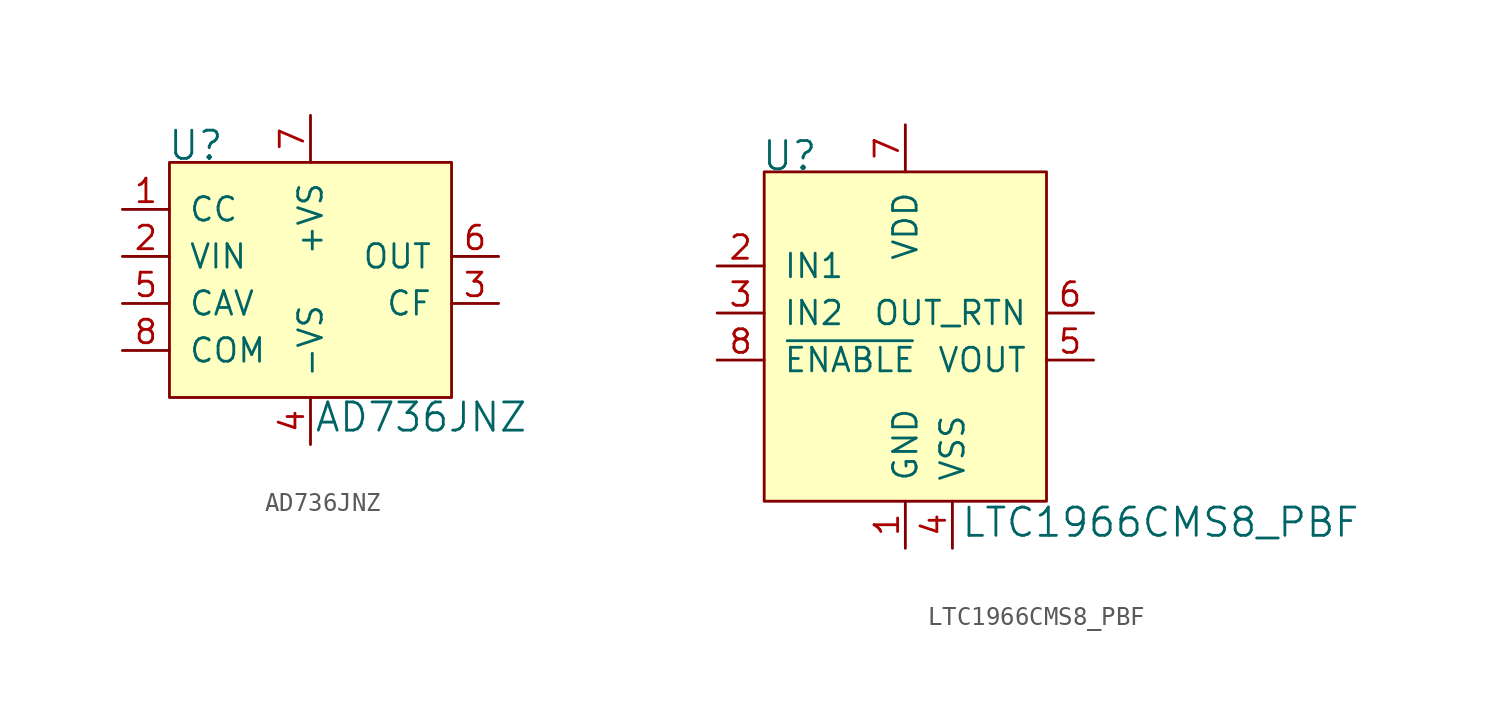
<source format=kicad_sym>
(kicad_symbol_lib
  (version 20231120)
  (generator "kicad_symbol_editor")
  (generator_version "8.0")
  (symbol "AD736JNZ"
    (pin_names
      (offset 1.016))
    (property "Reference" "U"
      (at -7.747 5.994 0)
      (effects (font (size 1.524 1.524)) (justify left)))
    (property "Value" "AD736JNZ"
      (at 0.178 -8.687 0)
      (effects (font (size 1.524 1.524)) (justify left)))
    (symbol "AD736JNZ_0_1"
      (rectangle (start -7.62 5.08) (end 7.62 -7.62) (stroke (width 0) (type default)) (fill (type background))))
    (symbol "AD736JNZ_1_1"
      (pin input line (at -10.16 2.54 0) (length 2.54) (name "CC" (effects (font (size 1.27 1.27)))) (number "1" (effects (font (size 1.27 1.27)))))
      (pin input line (at -10.16 0 0) (length 2.54) (name "VIN" (effects (font (size 1.27 1.27)))) (number "2" (effects (font (size 1.27 1.27)))))
      (pin output line (at 10.16 -2.54 180) (length 2.54) (name "CF" (effects (font (size 1.27 1.27)))) (number "3" (effects (font (size 1.27 1.27)))))
      (pin power_in line (at 0 -10.16 90) (length 2.54) (name "-VS" (effects (font (size 1.27 1.27)))) (number "4" (effects (font (size 1.27 1.27)))))
      (pin passive line (at -10.16 -2.54 0) (length 2.54) (name "CAV" (effects (font (size 1.27 1.27)))) (number "5" (effects (font (size 1.27 1.27)))))
      (pin output line (at 10.16 0 180) (length 2.54) (name "OUT" (effects (font (size 1.27 1.27)))) (number "6" (effects (font (size 1.27 1.27)))))
      (pin power_in line (at 0 7.62 270) (length 2.54) (name "+VS" (effects (font (size 1.27 1.27)))) (number "7" (effects (font (size 1.27 1.27)))))
      (pin input line (at -10.16 -5.08 0) (length 2.54) (name "COM" (effects (font (size 1.27 1.27)))) (number "8" (effects (font (size 1.27 1.27)))))))
  (symbol "LTC1966CMS8_PBF"
    (pin_names
      (offset 1.016))
    (property "Reference" "U"
      (at -10.338 3.404 0)
      (effects (font (size 1.524 1.524)) (justify left)))
    (property "Value" "LTC1966CMS8_PBF"
      (at 0.432 -16.383 0)
      (effects (font (size 1.524 1.524)) (justify left)))
    (symbol "LTC1966CMS8_PBF_0_1"
      (rectangle (start -10.16 2.54) (end 5.08 -15.24) (stroke (width 0) (type default)) (fill (type background))))
    (symbol "LTC1966CMS8_PBF_1_1"
      (pin power_in line (at -2.54 -17.78 90) (length 2.54) (name "GND" (effects (font (size 1.27 1.27)))) (number "1" (effects (font (size 1.27 1.27)))))
      (pin input line (at -12.7 -2.54 0) (length 2.54) (name "IN1" (effects (font (size 1.27 1.27)))) (number "2" (effects (font (size 1.27 1.27)))))
      (pin input line (at -12.7 -5.08 0) (length 2.54) (name "IN2" (effects (font (size 1.27 1.27)))) (number "3" (effects (font (size 1.27 1.27)))))
      (pin input line (at 0 -17.78 90) (length 2.54) (name "VSS" (effects (font (size 1.27 1.27)))) (number "4" (effects (font (size 1.27 1.27)))))
      (pin power_out line (at 7.62 -7.62 180) (length 2.54) (name "VOUT" (effects (font (size 1.27 1.27)))) (number "5" (effects (font (size 1.27 1.27)))))
      (pin output line (at 7.62 -5.08 180) (length 2.54) (name "OUT_RTN" (effects (font (size 1.27 1.27)))) (number "6" (effects (font (size 1.27 1.27)))))
      (pin input line (at -2.54 5.08 270) (length 2.54) (name "VDD" (effects (font (size 1.27 1.27)))) (number "7" (effects (font (size 1.27 1.27)))))
      (pin input line (at -12.7 -7.62 0) (length 2.54) (name "~{ENABLE}" (effects (font (size 1.27 1.27)))) (number "8" (effects (font (size 1.27 1.27))))))))
</source>
